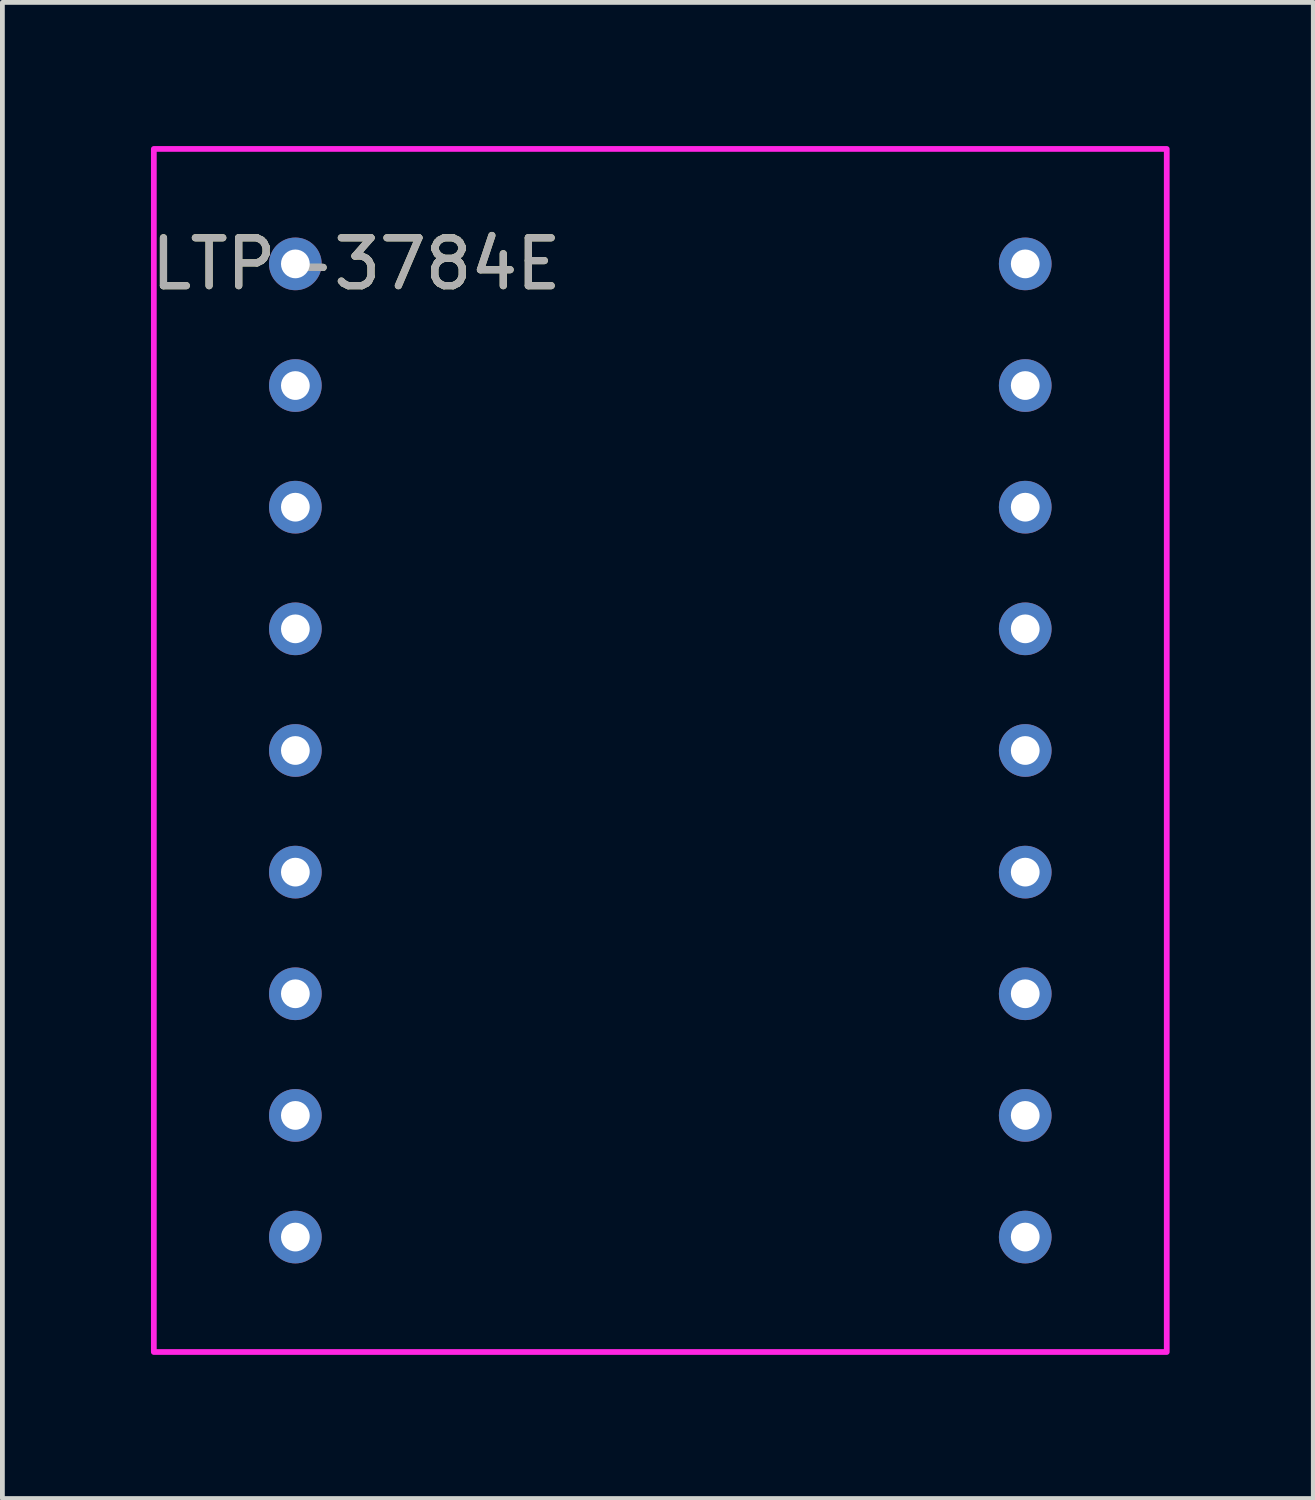
<source format=kicad_pcb>
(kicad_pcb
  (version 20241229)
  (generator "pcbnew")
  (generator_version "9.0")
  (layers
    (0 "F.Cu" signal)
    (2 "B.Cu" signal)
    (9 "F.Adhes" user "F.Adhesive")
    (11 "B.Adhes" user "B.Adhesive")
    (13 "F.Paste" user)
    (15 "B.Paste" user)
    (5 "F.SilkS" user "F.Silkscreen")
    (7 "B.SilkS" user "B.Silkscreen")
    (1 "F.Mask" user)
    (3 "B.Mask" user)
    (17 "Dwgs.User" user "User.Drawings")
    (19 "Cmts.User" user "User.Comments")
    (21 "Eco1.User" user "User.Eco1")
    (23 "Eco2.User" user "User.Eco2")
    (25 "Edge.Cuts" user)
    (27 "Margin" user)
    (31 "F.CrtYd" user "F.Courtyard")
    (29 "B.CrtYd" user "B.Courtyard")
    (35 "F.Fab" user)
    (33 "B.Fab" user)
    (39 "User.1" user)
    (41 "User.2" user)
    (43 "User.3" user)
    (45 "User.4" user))
  (footprint "LTP-3784E"
    (layer "F.Cu")
    (at 10.737 12.62)
    (property "Reference" "LTP-3784E" (at -6.35 -10.16 0) (unlocked yes) (layer "F.SilkS") (effects (font (size 1 1) (thickness 0.15))))
    (attr through_hole)
    (fp_rect (start 10.575 -12.56) (end -10.575 12.56) (stroke (width 0.12) (type solid)) (fill no) (layer "F.CrtYd"))
    (fp_text user "${REFERENCE}" (at -6.35 -10.16 0) (unlocked yes) (layer "F.Fab") (effects (font (size 1 1) (thickness 0.15))))
    (pad "1" thru_hole circle (at -7.62 -10.16) (size 1.1 1.1) (drill 0.6) (layers "*.Cu" "*.Mask"))
    (pad "2" thru_hole circle (at -7.62 -7.62) (size 1.1 1.1) (drill 0.6) (layers "*.Cu" "*.Mask"))
    (pad "3" thru_hole circle (at -7.62 -5.08) (size 1.1 1.1) (drill 0.6) (layers "*.Cu" "*.Mask"))
    (pad "4" thru_hole circle (at -7.62 -2.54) (size 1.1 1.1) (drill 0.6) (layers "*.Cu" "*.Mask"))
    (pad "5" thru_hole circle (at -7.62 0) (size 1.1 1.1) (drill 0.6) (layers "*.Cu" "*.Mask"))
    (pad "6" thru_hole circle (at -7.62 2.54) (size 1.1 1.1) (drill 0.6) (layers "*.Cu" "*.Mask"))
    (pad "7" thru_hole circle (at -7.62 5.08) (size 1.1 1.1) (drill 0.6) (layers "*.Cu" "*.Mask"))
    (pad "8" thru_hole circle (at -7.62 7.62) (size 1.1 1.1) (drill 0.6) (layers "*.Cu" "*.Mask"))
    (pad "9" thru_hole circle (at -7.62 10.16) (size 1.1 1.1) (drill 0.6) (layers "*.Cu" "*.Mask"))
    (pad "10" thru_hole circle (at 7.62 10.16) (size 1.1 1.1) (drill 0.6) (layers "*.Cu" "*.Mask"))
    (pad "11" thru_hole circle (at 7.62 7.62) (size 1.1 1.1) (drill 0.6) (layers "*.Cu" "*.Mask"))
    (pad "12" thru_hole circle (at 7.62 5.08) (size 1.1 1.1) (drill 0.6) (layers "*.Cu" "*.Mask"))
    (pad "13" thru_hole circle (at 7.62 2.54) (size 1.1 1.1) (drill 0.6) (layers "*.Cu" "*.Mask"))
    (pad "14" thru_hole circle (at 7.62 0) (size 1.1 1.1) (drill 0.6) (layers "*.Cu" "*.Mask"))
    (pad "15" thru_hole circle (at 7.62 -2.54) (size 1.1 1.1) (drill 0.6) (layers "*.Cu" "*.Mask"))
    (pad "16" thru_hole circle (at 7.62 -5.08) (size 1.1 1.1) (drill 0.6) (layers "*.Cu" "*.Mask"))
    (pad "17" thru_hole circle (at 7.62 -7.62) (size 1.1 1.1) (drill 0.6) (layers "*.Cu" "*.Mask"))
    (pad "18" thru_hole circle (at 7.62 -10.16) (size 1.1 1.1) (drill 0.6) (layers "*.Cu" "*.Mask")))
  (gr_rect
    (start -3 -3)
    (end 24.372 28.24)
    (stroke (width 0.1) (type default))
    (fill no)
    (layer "Edge.Cuts")))
</source>
